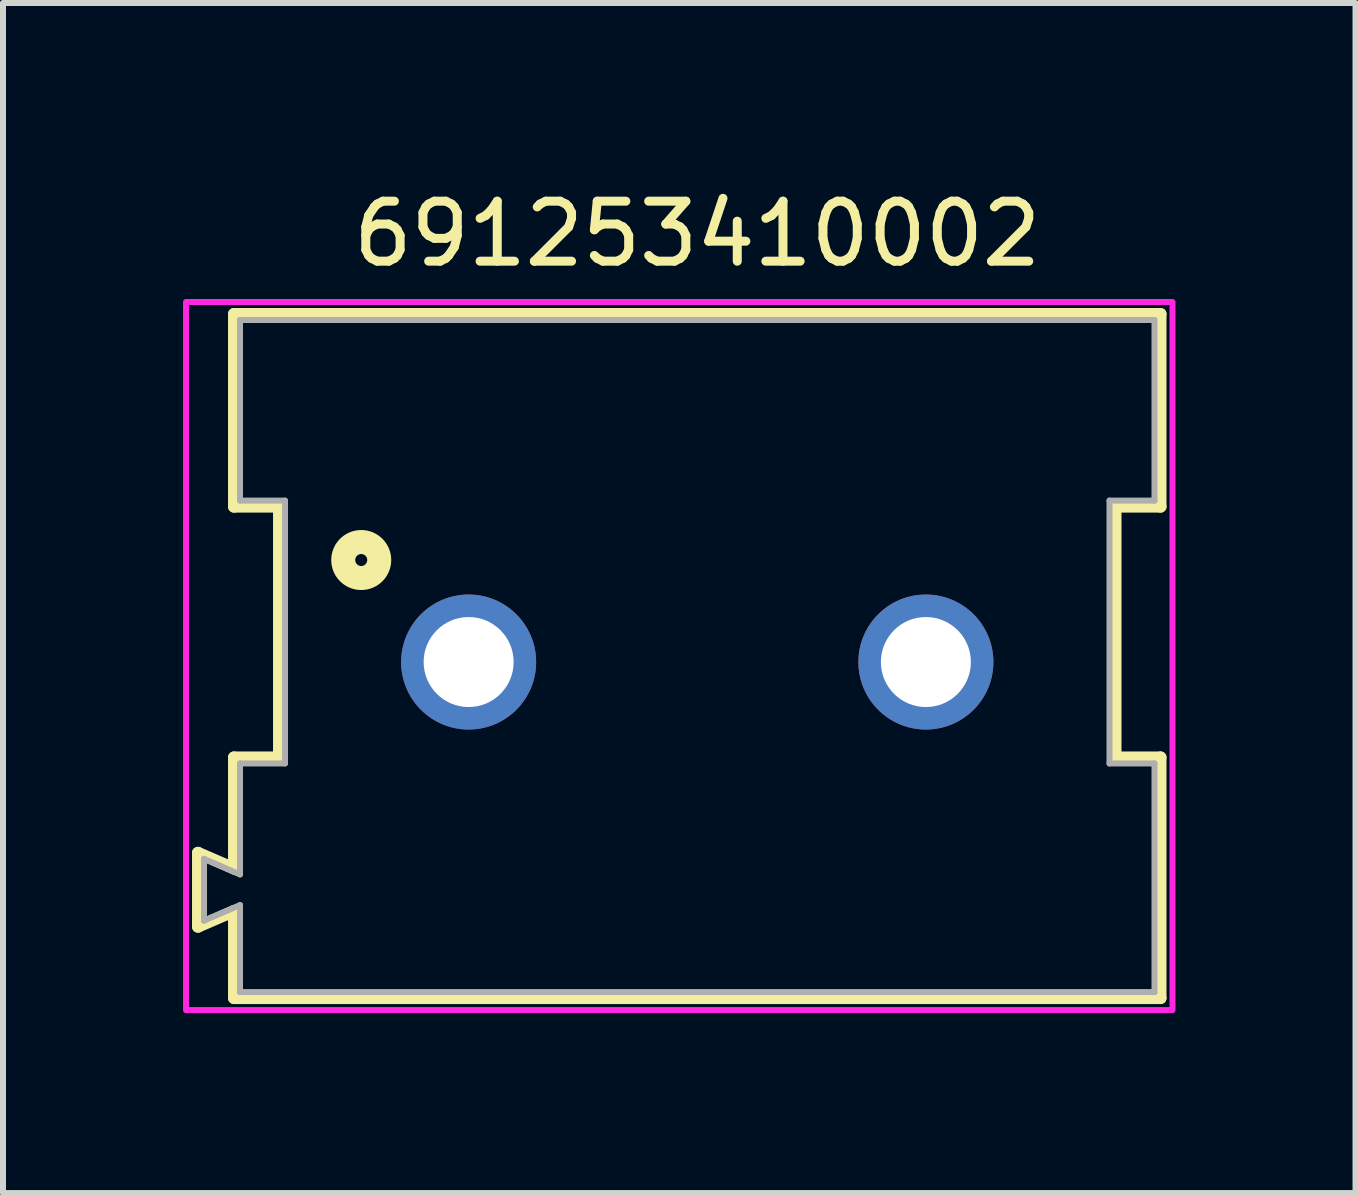
<source format=kicad_pcb>
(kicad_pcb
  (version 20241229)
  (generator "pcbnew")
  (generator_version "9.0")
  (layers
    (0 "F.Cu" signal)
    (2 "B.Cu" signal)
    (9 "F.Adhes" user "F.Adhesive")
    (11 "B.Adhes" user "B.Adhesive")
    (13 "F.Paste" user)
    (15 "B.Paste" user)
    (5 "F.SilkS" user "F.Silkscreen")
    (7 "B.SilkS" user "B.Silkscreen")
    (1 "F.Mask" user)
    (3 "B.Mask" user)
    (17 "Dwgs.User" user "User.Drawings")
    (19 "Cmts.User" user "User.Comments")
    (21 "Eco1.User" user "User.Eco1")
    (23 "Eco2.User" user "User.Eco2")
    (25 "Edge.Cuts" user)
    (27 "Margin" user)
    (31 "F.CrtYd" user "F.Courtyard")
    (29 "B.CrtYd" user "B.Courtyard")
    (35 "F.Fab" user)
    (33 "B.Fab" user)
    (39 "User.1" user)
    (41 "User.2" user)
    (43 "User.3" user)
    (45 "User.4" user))
  (footprint "691253410002"
    (layer "F.Cu")
    (at 8.57 7.983)
    (property "Reference" "691253410002" (at 0 -7.135 0) (layer "F.SilkS") (effects (font (size 1 1) (thickness 0.15))))
    (attr through_hole)
    (fp_line (start -8.32 3.18) (end -7.72 3.44) (stroke (width 0.2) (type solid)) (layer "F.SilkS"))
    (fp_line (start -8.32 4.41) (end -8.32 3.18) (stroke (width 0.2) (type solid)) (layer "F.SilkS"))
    (fp_line (start -7.72 -5.8) (end 7.72 -5.8) (stroke (width 0.2) (type solid)) (layer "F.SilkS"))
    (fp_line (start -7.72 -2.59) (end -7.72 -5.8) (stroke (width 0.2) (type solid)) (layer "F.SilkS"))
    (fp_line (start -7.72 1.59) (end -6.97 1.59) (stroke (width 0.2) (type solid)) (layer "F.SilkS"))
    (fp_line (start -7.72 3.44) (end -7.72 1.59) (stroke (width 0.2) (type solid)) (layer "F.SilkS"))
    (fp_line (start -7.72 4.15) (end -8.32 4.41) (stroke (width 0.2) (type solid)) (layer "F.SilkS"))
    (fp_line (start -7.72 5.6) (end -7.72 4.15) (stroke (width 0.2) (type solid)) (layer "F.SilkS"))
    (fp_line (start -6.97 -2.59) (end -7.72 -2.59) (stroke (width 0.2) (type solid)) (layer "F.SilkS"))
    (fp_line (start -6.97 1.59) (end -6.97 -2.59) (stroke (width 0.2) (type solid)) (layer "F.SilkS"))
    (fp_line (start 6.97 -2.59) (end 6.97 1.59) (stroke (width 0.2) (type solid)) (layer "F.SilkS"))
    (fp_line (start 6.97 1.59) (end 7.72 1.59) (stroke (width 0.2) (type solid)) (layer "F.SilkS"))
    (fp_line (start 7.72 -5.8) (end 7.72 -2.59) (stroke (width 0.2) (type solid)) (layer "F.SilkS"))
    (fp_line (start 7.72 -2.59) (end 6.97 -2.59) (stroke (width 0.2) (type solid)) (layer "F.SilkS"))
    (fp_line (start 7.72 1.59) (end 7.72 5.6) (stroke (width 0.2) (type solid)) (layer "F.SilkS"))
    (fp_line (start 7.72 5.6) (end -7.72 5.6) (stroke (width 0.2) (type solid)) (layer "F.SilkS"))
    (fp_circle (center -5.6 -1.7) (end -5.5 -1.7) (stroke (width 0.4) (type solid)) (fill no) (layer "F.SilkS"))
    (fp_poly (pts (xy -8.52 -6) (xy 7.92 -6) (xy 7.92 5.8) (xy -8.52 5.8)) (stroke (width 0.1) (type solid)) (fill no) (layer "F.CrtYd"))
    (fp_line (start -8.22 3.28) (end -8.22 4.31) (stroke (width 0.1) (type solid)) (layer "F.Fab"))
    (fp_line (start -8.22 3.28) (end -7.62 3.54) (stroke (width 0.1) (type solid)) (layer "F.Fab"))
    (fp_line (start -8.22 4.31) (end -7.62 4.05) (stroke (width 0.1) (type solid)) (layer "F.Fab"))
    (fp_line (start -7.62 -5.7) (end -7.62 -2.69) (stroke (width 0.1) (type solid)) (layer "F.Fab"))
    (fp_line (start -7.62 -5.7) (end 7.62 -5.7) (stroke (width 0.1) (type solid)) (layer "F.Fab"))
    (fp_line (start -7.62 1.69) (end -7.62 3.54) (stroke (width 0.1) (type solid)) (layer "F.Fab"))
    (fp_line (start -7.62 1.69) (end -6.87 1.69) (stroke (width 0.1) (type solid)) (layer "F.Fab"))
    (fp_line (start -7.62 4.05) (end -7.62 5.5) (stroke (width 0.1) (type solid)) (layer "F.Fab"))
    (fp_line (start -7.62 5.5) (end 7.62 5.5) (stroke (width 0.1) (type solid)) (layer "F.Fab"))
    (fp_line (start -6.87 -2.69) (end -7.62 -2.69) (stroke (width 0.1) (type solid)) (layer "F.Fab"))
    (fp_line (start -6.87 1.69) (end -6.87 -2.69) (stroke (width 0.1) (type solid)) (layer "F.Fab"))
    (fp_line (start 6.87 -2.69) (end 6.87 1.69) (stroke (width 0.1) (type solid)) (layer "F.Fab"))
    (fp_line (start 6.87 1.69) (end 7.62 1.69) (stroke (width 0.1) (type solid)) (layer "F.Fab"))
    (fp_line (start 7.62 -5.7) (end 7.62 -2.69) (stroke (width 0.1) (type solid)) (layer "F.Fab"))
    (fp_line (start 7.62 -2.69) (end 6.87 -2.69) (stroke (width 0.1) (type solid)) (layer "F.Fab"))
    (fp_line (start 7.62 1.69) (end 7.62 5.5) (stroke (width 0.1) (type solid)) (layer "F.Fab"))
    (pad "1" thru_hole circle (at -3.81 0) (size 2.25 2.25) (drill 1.5) (layers "*.Cu" "*.Mask"))
    (pad "2" thru_hole circle (at 3.81 0) (size 2.25 2.25) (drill 1.5) (layers "*.Cu" "*.Mask")))
  (gr_rect
    (start -3 -3)
    (end 19.54 16.833)
    (stroke (width 0.1) (type default))
    (fill no)
    (layer "Edge.Cuts")))
</source>
